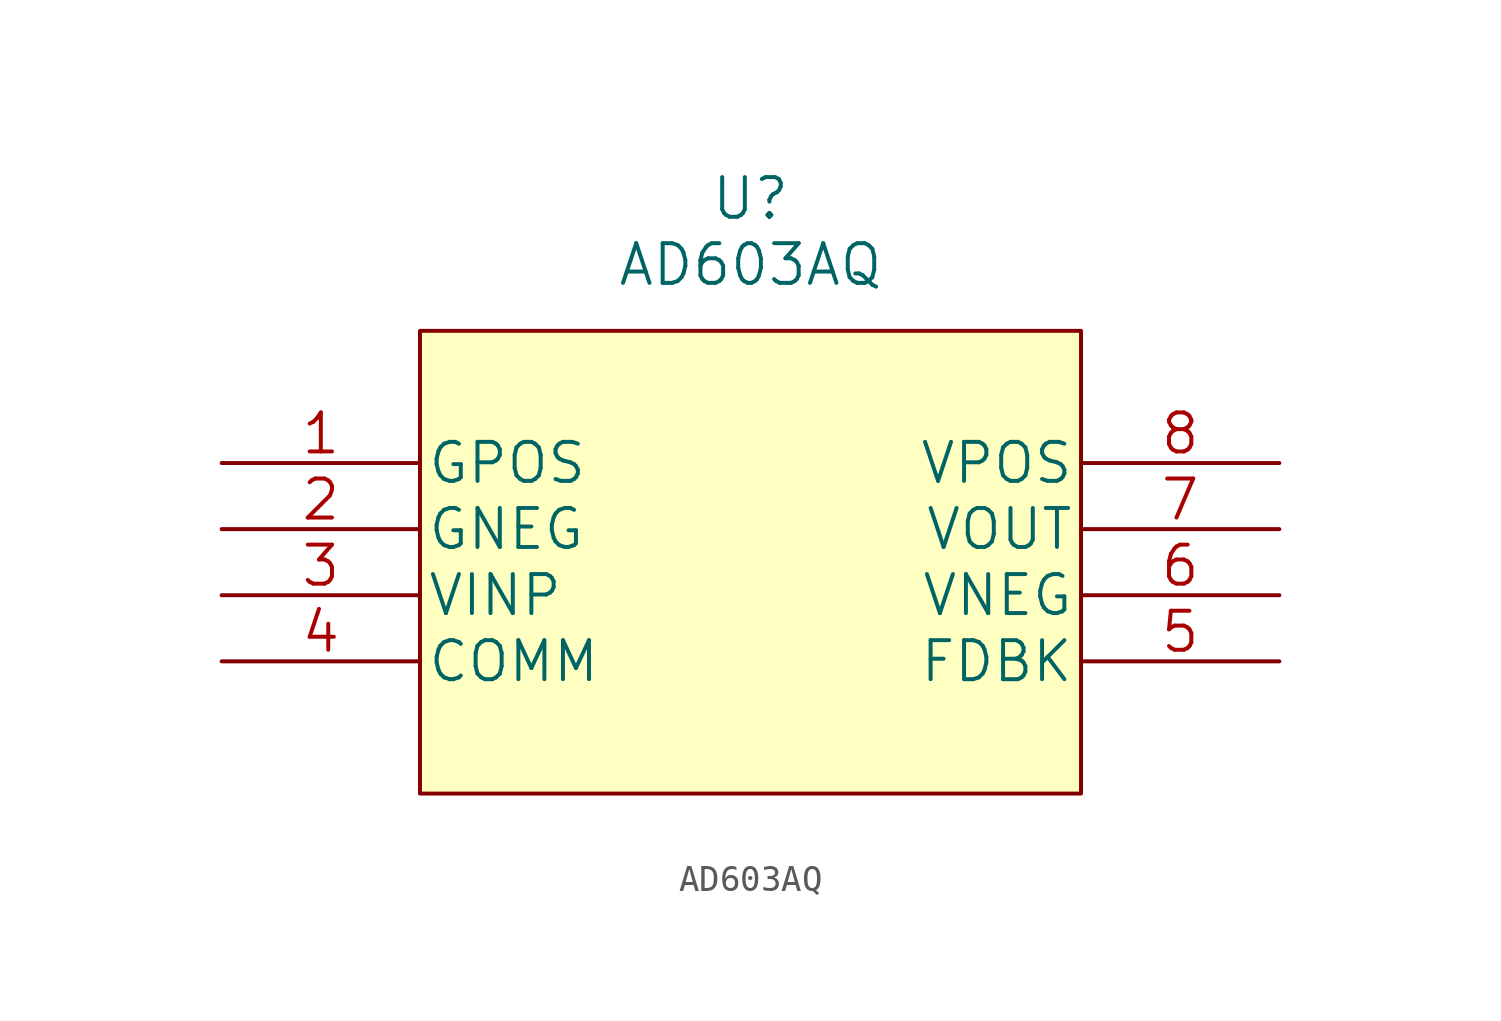
<source format=kicad_sym>
(kicad_symbol_lib
  (version 20220914)
  (generator kicad_symbol_editor)
  (symbol "AD603AQ"
    (pin_names
      (offset 0.254))
    (property "Reference" "U"
      (at 20.32 10.16 0)
      (effects (font (size 1.524 1.524))))
    (property "Value" "AD603AQ"
      (at 20.32 7.62 0)
      (effects (font (size 1.524 1.524))))
    (property "Datasheet" ""
      (at 0 0 0)
      (effects (font (size 1.524 1.524))))
    (property "ki_locked" ""
      (at 0 0 0)
      (effects (font (size 1.27 1.27))))
    (symbol "AD603AQ_0_1"
      (rectangle (start 7.62 5.08) (end 33.02 -12.7) (stroke (width 0) (type default)) (fill (type background))))
    (symbol "AD603AQ_1_1"
      (pin passive line (at 0 0 0) (length 7.62) (name "GPOS" (effects (font (size 1.499 1.499)))) (number "1" (effects (font (size 1.499 1.499)))))
      (pin passive line (at 0 -2.54 0) (length 7.62) (name "GNEG" (effects (font (size 1.499 1.499)))) (number "2" (effects (font (size 1.499 1.499)))))
      (pin passive line (at 0 -5.08 0) (length 7.62) (name "VINP" (effects (font (size 1.499 1.499)))) (number "3" (effects (font (size 1.499 1.499)))))
      (pin passive line (at 0 -7.62 0) (length 7.62) (name "COMM" (effects (font (size 1.499 1.499)))) (number "4" (effects (font (size 1.499 1.499)))))
      (pin passive line (at 40.64 -7.62 180) (length 7.62) (name "FDBK" (effects (font (size 1.499 1.499)))) (number "5" (effects (font (size 1.499 1.499)))))
      (pin power_in line (at 40.64 -5.08 180) (length 7.62) (name "VNEG" (effects (font (size 1.499 1.499)))) (number "6" (effects (font (size 1.499 1.499)))))
      (pin passive line (at 40.64 -2.54 180) (length 7.62) (name "VOUT" (effects (font (size 1.499 1.499)))) (number "7" (effects (font (size 1.499 1.499)))))
      (pin power_in line (at 40.64 0 180) (length 7.62) (name "VPOS" (effects (font (size 1.499 1.499)))) (number "8" (effects (font (size 1.499 1.499))))))))
</source>
